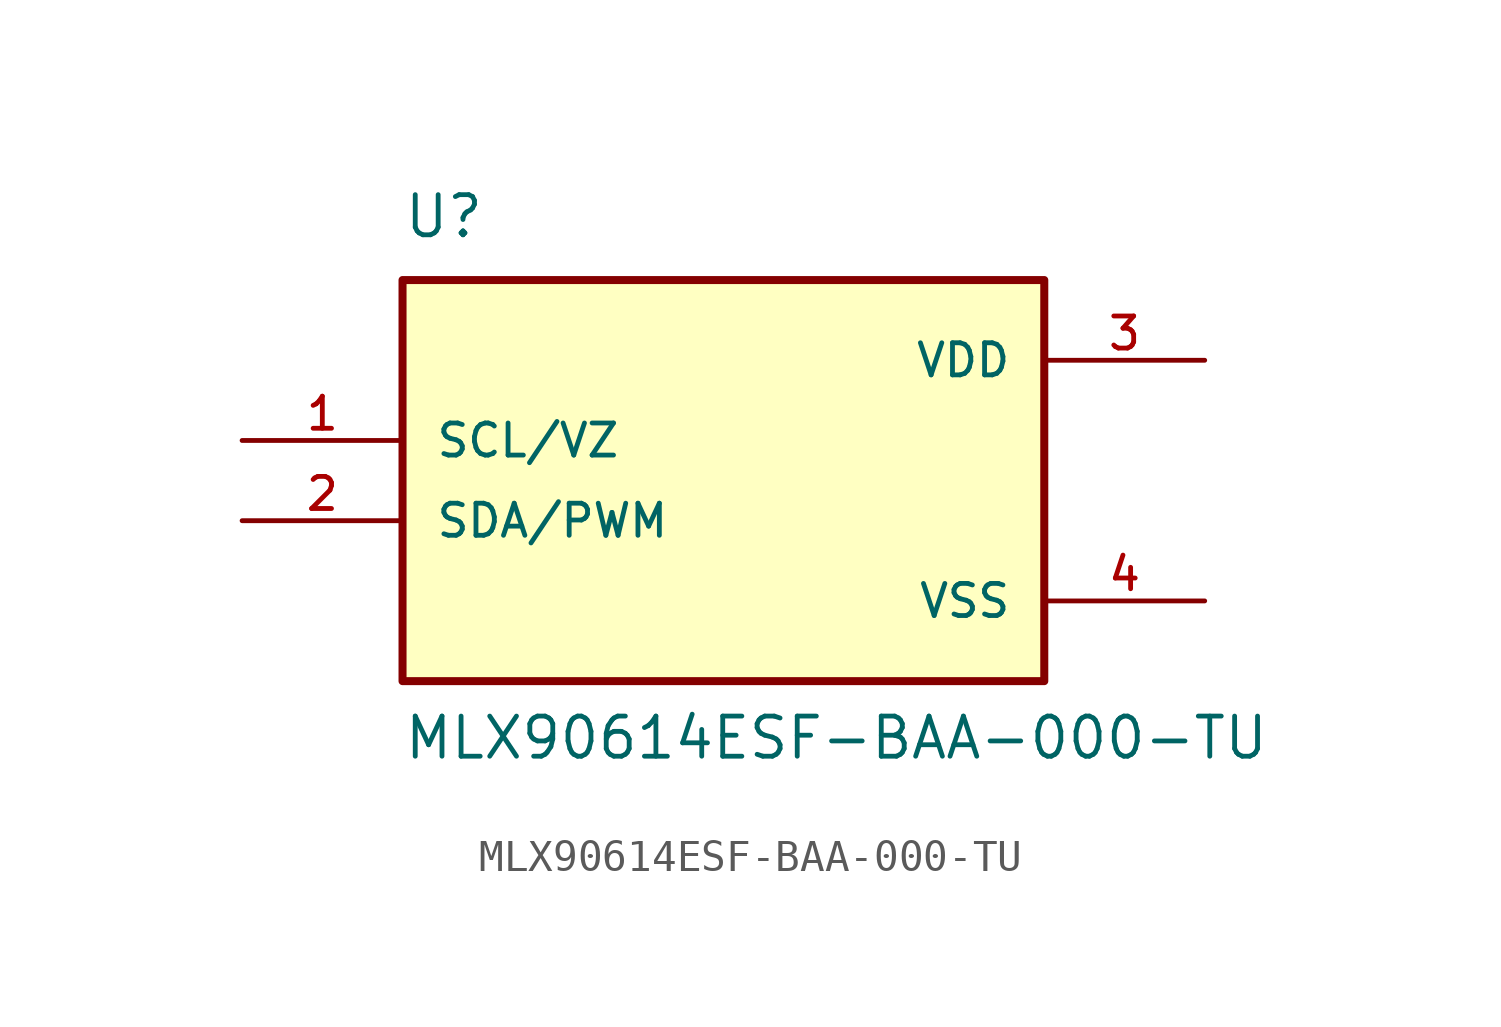
<source format=kicad_sym>
(kicad_symbol_lib
  (version 20211014)
  (generator kicad_symbol_editor)
  (symbol "MLX90614ESF-BAA-000-TU"
    (pin_names
      (offset 1.016))
    (property "Reference" "U"
      (at -10.16 6.35 0)
      (effects (font (size 1.27 1.27)) (justify bottom left)))
    (property "Value" "MLX90614ESF-BAA-000-TU"
      (at -10.16 -10.16 0)
      (effects (font (size 1.27 1.27)) (justify bottom left)))
    (symbol "MLX90614ESF-BAA-000-TU_0_0"
      (rectangle (start -10.16 -7.62) (end 10.16 5.08) (stroke (width 0.254)) (fill (type background)))
      (pin input line (at -15.24 0.0 0) (length 5.08) (name "SCL/VZ" (effects (font (size 1.016 1.016)))) (number "1" (effects (font (size 1.016 1.016)))))
      (pin bidirectional line (at -15.24 -2.54 0) (length 5.08) (name "SDA/PWM" (effects (font (size 1.016 1.016)))) (number "2" (effects (font (size 1.016 1.016)))))
      (pin power_in line (at 15.24 2.54 180.0) (length 5.08) (name "VDD" (effects (font (size 1.016 1.016)))) (number "3" (effects (font (size 1.016 1.016)))))
      (pin power_in line (at 15.24 -5.08 180.0) (length 5.08) (name "VSS" (effects (font (size 1.016 1.016)))) (number "4" (effects (font (size 1.016 1.016))))))))
</source>
